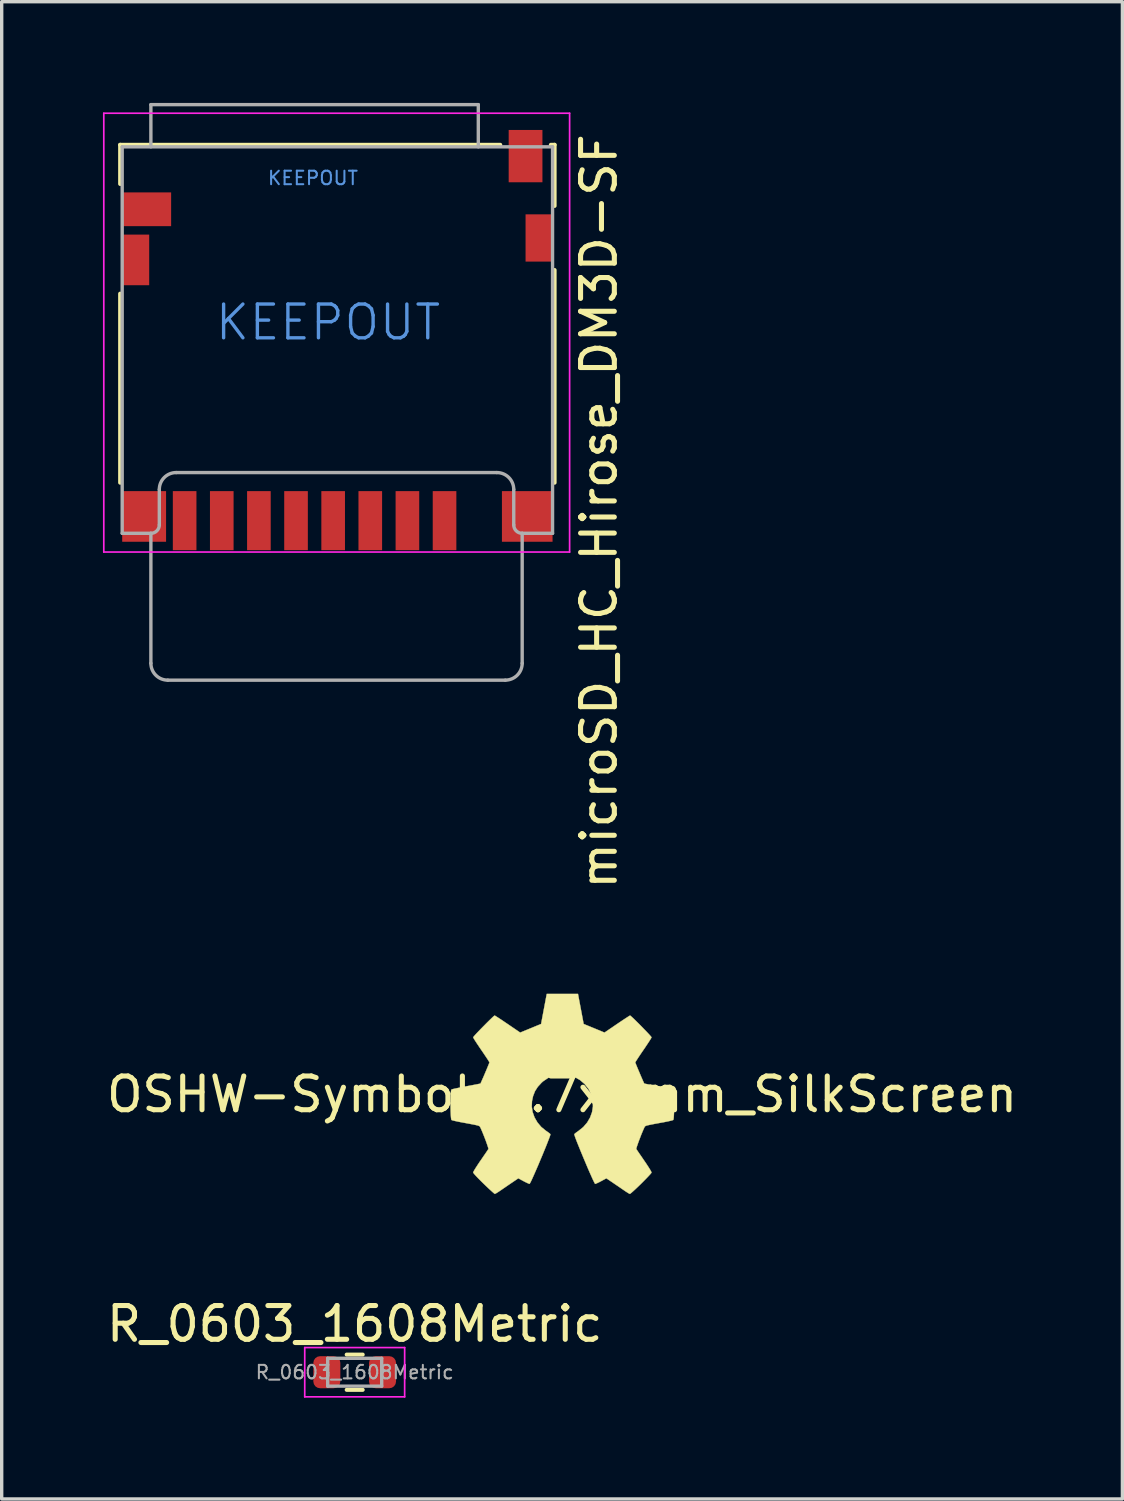
<source format=kicad_pcb>
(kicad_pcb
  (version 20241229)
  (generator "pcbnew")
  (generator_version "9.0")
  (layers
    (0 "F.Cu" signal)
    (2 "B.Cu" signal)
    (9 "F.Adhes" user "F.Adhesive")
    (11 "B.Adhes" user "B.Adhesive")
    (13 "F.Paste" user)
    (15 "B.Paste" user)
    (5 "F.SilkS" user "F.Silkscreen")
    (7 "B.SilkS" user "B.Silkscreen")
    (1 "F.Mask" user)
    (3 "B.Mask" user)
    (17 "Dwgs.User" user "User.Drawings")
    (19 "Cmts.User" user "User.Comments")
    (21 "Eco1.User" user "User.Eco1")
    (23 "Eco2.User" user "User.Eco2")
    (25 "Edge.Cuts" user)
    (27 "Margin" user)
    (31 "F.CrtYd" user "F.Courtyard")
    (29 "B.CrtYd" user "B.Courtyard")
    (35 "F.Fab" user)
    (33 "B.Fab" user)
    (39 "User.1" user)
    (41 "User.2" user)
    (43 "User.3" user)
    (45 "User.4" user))
  (footprint "OSHW-Symbol_6.7x6mm_SilkScreen"
    (layer "F.Cu")
    (at 13.601 29.372)
    (property "Reference" "OSHW-Symbol_6.7x6mm_SilkScreen" (at 0 0 0) (layer "F.SilkS") (effects (font (size 1 1) (thickness 0.15))))
    (attr board_only exclude_from_pos_files exclude_from_bom)
    (fp_poly (pts (xy 0.556 -2.531) (xy 0.64 -2.086) (xy 0.949 -1.959) (xy 1.258 -1.831) (xy 1.629 -2.084) (xy 1.733 -2.154) (xy 1.827 -2.217) (xy 1.907 -2.269) (xy 1.967 -2.308) (xy 2.005 -2.331) (xy 2.015 -2.336) (xy 2.034 -2.323) (xy 2.073 -2.288) (xy 2.13 -2.235) (xy 2.198 -2.168) (xy 2.274 -2.093) (xy 2.353 -2.013) (xy 2.431 -1.932) (xy 2.504 -1.857) (xy 2.567 -1.79) (xy 2.615 -1.737) (xy 2.644 -1.702) (xy 2.651 -1.69) (xy 2.641 -1.669) (xy 2.613 -1.621) (xy 2.569 -1.553) (xy 2.513 -1.468) (xy 2.448 -1.371) (xy 2.41 -1.316) (xy 2.341 -1.215) (xy 2.28 -1.124) (xy 2.23 -1.047) (xy 2.193 -0.989) (xy 2.172 -0.955) (xy 2.169 -0.948) (xy 2.176 -0.927) (xy 2.195 -0.879) (xy 2.223 -0.811) (xy 2.257 -0.729) (xy 2.295 -0.64) (xy 2.333 -0.55) (xy 2.369 -0.467) (xy 2.4 -0.396) (xy 2.423 -0.346) (xy 2.435 -0.322) (xy 2.436 -0.321) (xy 2.455 -0.316) (xy 2.505 -0.306) (xy 2.581 -0.291) (xy 2.678 -0.272) (xy 2.791 -0.251) (xy 2.856 -0.239) (xy 2.977 -0.216) (xy 3.086 -0.194) (xy 3.177 -0.174) (xy 3.246 -0.158) (xy 3.287 -0.147) (xy 3.296 -0.143) (xy 3.304 -0.119) (xy 3.31 -0.064) (xy 3.315 0.015) (xy 3.318 0.112) (xy 3.32 0.22) (xy 3.321 0.333) (xy 3.319 0.445) (xy 3.317 0.549) (xy 3.312 0.638) (xy 3.307 0.707) (xy 3.299 0.748) (xy 3.295 0.757) (xy 3.269 0.767) (xy 3.213 0.782) (xy 3.136 0.799) (xy 3.044 0.818) (xy 3.012 0.824) (xy 2.858 0.852) (xy 2.735 0.875) (xy 2.642 0.893) (xy 2.572 0.908) (xy 2.523 0.919) (xy 2.491 0.929) (xy 2.471 0.938) (xy 2.459 0.947) (xy 2.457 0.948) (xy 2.44 0.976) (xy 2.415 1.031) (xy 2.383 1.105) (xy 2.347 1.192) (xy 2.311 1.286) (xy 2.275 1.379) (xy 2.244 1.466) (xy 2.219 1.539) (xy 2.203 1.592) (xy 2.199 1.618) (xy 2.2 1.619) (xy 2.214 1.64) (xy 2.245 1.687) (xy 2.291 1.755) (xy 2.349 1.838) (xy 2.413 1.933) (xy 2.432 1.96) (xy 2.498 2.057) (xy 2.556 2.146) (xy 2.603 2.221) (xy 2.635 2.278) (xy 2.651 2.311) (xy 2.651 2.315) (xy 2.638 2.336) (xy 2.603 2.377) (xy 2.549 2.435) (xy 2.482 2.505) (xy 2.406 2.582) (xy 2.326 2.662) (xy 2.245 2.74) (xy 2.17 2.811) (xy 2.103 2.872) (xy 2.051 2.918) (xy 2.017 2.944) (xy 2.008 2.948) (xy 1.986 2.938) (xy 1.941 2.911) (xy 1.88 2.872) (xy 1.834 2.84) (xy 1.749 2.782) (xy 1.65 2.714) (xy 1.549 2.646) (xy 1.496 2.609) (xy 1.313 2.486) (xy 1.16 2.569) (xy 1.091 2.605) (xy 1.031 2.633) (xy 0.991 2.649) (xy 0.981 2.651) (xy 0.969 2.635) (xy 0.945 2.588) (xy 0.91 2.516) (xy 0.868 2.422) (xy 0.818 2.31) (xy 0.764 2.186) (xy 0.708 2.053) (xy 0.65 1.916) (xy 0.593 1.779) (xy 0.538 1.646) (xy 0.488 1.522) (xy 0.443 1.411) (xy 0.407 1.317) (xy 0.381 1.244) (xy 0.366 1.197) (xy 0.363 1.181) (xy 0.382 1.16) (xy 0.424 1.127) (xy 0.48 1.088) (xy 0.484 1.085) (xy 0.628 0.969) (xy 0.744 0.835) (xy 0.831 0.686) (xy 0.889 0.526) (xy 0.915 0.36) (xy 0.91 0.192) (xy 0.871 0.026) (xy 0.799 -0.134) (xy 0.778 -0.169) (xy 0.667 -0.309) (xy 0.536 -0.422) (xy 0.39 -0.507) (xy 0.233 -0.563) (xy 0.069 -0.589) (xy -0.097 -0.585) (xy -0.26 -0.551) (xy -0.416 -0.485) (xy -0.56 -0.388) (xy -0.605 -0.348) (xy -0.719 -0.224) (xy -0.802 -0.094) (xy -0.859 0.052) (xy -0.89 0.197) (xy -0.898 0.36) (xy -0.872 0.523) (xy -0.815 0.682) (xy -0.729 0.831) (xy -0.617 0.964) (xy -0.482 1.075) (xy -0.464 1.087) (xy -0.408 1.126) (xy -0.365 1.159) (xy -0.345 1.18) (xy -0.344 1.181) (xy -0.349 1.204) (xy -0.366 1.256) (xy -0.395 1.333) (xy -0.433 1.431) (xy -0.478 1.545) (xy -0.53 1.672) (xy -0.585 1.806) (xy -0.643 1.943) (xy -0.7 2.08) (xy -0.757 2.211) (xy -0.81 2.333) (xy -0.858 2.441) (xy -0.899 2.532) (xy -0.932 2.599) (xy -0.954 2.64) (xy -0.963 2.651) (xy -0.99 2.643) (xy -1.04 2.62) (xy -1.106 2.588) (xy -1.142 2.569) (xy -1.295 2.486) (xy -1.477 2.609) (xy -1.57 2.672) (xy -1.672 2.742) (xy -1.767 2.807) (xy -1.815 2.84) (xy -1.882 2.885) (xy -1.939 2.921) (xy -1.979 2.943) (xy -1.991 2.948) (xy -2.01 2.935) (xy -2.051 2.9) (xy -2.11 2.847) (xy -2.185 2.778) (xy -2.269 2.698) (xy -2.323 2.646) (xy -2.416 2.554) (xy -2.497 2.472) (xy -2.562 2.403) (xy -2.608 2.351) (xy -2.631 2.319) (xy -2.633 2.312) (xy -2.623 2.287) (xy -2.594 2.237) (xy -2.551 2.167) (xy -2.496 2.082) (xy -2.432 1.986) (xy -2.413 1.96) (xy -2.347 1.863) (xy -2.287 1.776) (xy -2.238 1.704) (xy -2.202 1.65) (xy -2.183 1.622) (xy -2.181 1.619) (xy -2.184 1.596) (xy -2.199 1.545) (xy -2.223 1.474) (xy -2.253 1.389) (xy -2.288 1.296) (xy -2.325 1.202) (xy -2.361 1.113) (xy -2.393 1.038) (xy -2.419 0.981) (xy -2.437 0.95) (xy -2.438 0.948) (xy -2.449 0.94) (xy -2.468 0.931) (xy -2.498 0.921) (xy -2.543 0.91) (xy -2.608 0.896) (xy -2.697 0.879) (xy -2.813 0.857) (xy -2.962 0.83) (xy -2.994 0.824) (xy -3.089 0.805) (xy -3.172 0.787) (xy -3.235 0.772) (xy -3.271 0.76) (xy -3.276 0.757) (xy -3.284 0.732) (xy -3.291 0.677) (xy -3.296 0.597) (xy -3.3 0.5) (xy -3.302 0.392) (xy -3.302 0.279) (xy -3.301 0.167) (xy -3.298 0.064) (xy -3.294 -0.026) (xy -3.289 -0.094) (xy -3.281 -0.135) (xy -3.277 -0.143) (xy -3.253 -0.152) (xy -3.197 -0.166) (xy -3.117 -0.183) (xy -3.016 -0.204) (xy -2.901 -0.227) (xy -2.838 -0.239) (xy -2.719 -0.261) (xy -2.613 -0.281) (xy -2.524 -0.298) (xy -2.46 -0.311) (xy -2.423 -0.319) (xy -2.417 -0.321) (xy -2.407 -0.34) (xy -2.386 -0.387) (xy -2.356 -0.455) (xy -2.32 -0.537) (xy -2.282 -0.626) (xy -2.244 -0.716) (xy -2.209 -0.8) (xy -2.18 -0.871) (xy -2.16 -0.922) (xy -2.151 -0.948) (xy -2.151 -0.949) (xy -2.161 -0.968) (xy -2.189 -1.014) (xy -2.233 -1.081) (xy -2.289 -1.165) (xy -2.354 -1.261) (xy -2.392 -1.316) (xy -2.461 -1.418) (xy -2.522 -1.509) (xy -2.573 -1.587) (xy -2.61 -1.647) (xy -2.63 -1.683) (xy -2.633 -1.691) (xy -2.62 -1.709) (xy -2.585 -1.75) (xy -2.533 -1.807) (xy -2.467 -1.876) (xy -2.393 -1.953) (xy -2.314 -2.033) (xy -2.235 -2.113) (xy -2.16 -2.187) (xy -2.095 -2.25) (xy -2.043 -2.299) (xy -2.008 -2.329) (xy -1.996 -2.336) (xy -1.978 -2.326) (xy -1.933 -2.298) (xy -1.866 -2.255) (xy -1.781 -2.199) (xy -1.684 -2.133) (xy -1.611 -2.084) (xy -1.24 -1.831) (xy -0.621 -2.086) (xy -0.537 -2.531) (xy -0.453 -2.976) (xy 0.472 -2.976) (xy 0.556 -2.531)) (stroke (width 0.01) (type solid)) (fill yes) (layer "F.SilkS")))
  (footprint "microSD_HC_Hirose_DM3D-SF"
    (layer "F.Cu")
    (at 6.945 7.025)
    (property "Reference" "microSD_HC_Hirose_DM3D-SF" (at 7.75 5.075 90) (layer "F.SilkS") (effects (font (size 1 1) (thickness 0.15))))
    (attr smd)
    (fp_line (start -6.435 -5.785) (end 4.825 -5.785) (stroke (width 0.12) (type solid)) (layer "F.SilkS"))
    (fp_line (start -6.435 -4.625) (end -6.435 -5.785) (stroke (width 0.12) (type solid)) (layer "F.SilkS"))
    (fp_line (start -6.435 -1.375) (end -6.435 4.225) (stroke (width 0.12) (type solid)) (layer "F.SilkS"))
    (fp_line (start 6.325 -5.785) (end 6.435 -5.785) (stroke (width 0.12) (type solid)) (layer "F.SilkS"))
    (fp_line (start 6.435 -5.785) (end 6.435 -3.975) (stroke (width 0.12) (type solid)) (layer "F.SilkS"))
    (fp_line (start 6.435 -2.075) (end 6.435 4.225) (stroke (width 0.12) (type solid)) (layer "F.SilkS"))
    (fp_line (start -6.92 -6.72) (end 6.88 -6.72) (stroke (width 0.05) (type solid)) (layer "F.CrtYd"))
    (fp_line (start -6.92 6.28) (end -6.92 -6.72) (stroke (width 0.05) (type solid)) (layer "F.CrtYd"))
    (fp_line (start 6.88 -6.72) (end 6.88 6.28) (stroke (width 0.05) (type solid)) (layer "F.CrtYd"))
    (fp_line (start 6.88 6.28) (end -6.92 6.28) (stroke (width 0.05) (type solid)) (layer "F.CrtYd"))
    (fp_line (start -6.375 -5.725) (end 6.375 -5.725) (stroke (width 0.1) (type solid)) (layer "F.Fab"))
    (fp_line (start -6.375 5.725) (end -6.375 -5.725) (stroke (width 0.1) (type solid)) (layer "F.Fab"))
    (fp_line (start -6.375 5.725) (end -5.525 5.725) (stroke (width 0.1) (type solid)) (layer "F.Fab"))
    (fp_line (start -5.525 -6.975) (end 4.175 -6.975) (stroke (width 0.1) (type solid)) (layer "F.Fab"))
    (fp_line (start -5.525 -5.725) (end -5.525 -6.975) (stroke (width 0.1) (type solid)) (layer "F.Fab"))
    (fp_line (start -5.525 5.725) (end -5.525 9.575) (stroke (width 0.1) (type solid)) (layer "F.Fab"))
    (fp_line (start -5.275 5.475) (end -5.275 4.425) (stroke (width 0.1) (type solid)) (layer "F.Fab"))
    (fp_line (start -5.025 10.075) (end 4.975 10.075) (stroke (width 0.1) (type solid)) (layer "F.Fab"))
    (fp_line (start -4.775 3.925) (end 4.725 3.925) (stroke (width 0.1) (type solid)) (layer "F.Fab"))
    (fp_line (start 4.175 -5.725) (end 4.175 -6.975) (stroke (width 0.1) (type solid)) (layer "F.Fab"))
    (fp_line (start 5.225 5.475) (end 5.225 4.425) (stroke (width 0.1) (type solid)) (layer "F.Fab"))
    (fp_line (start 5.475 5.725) (end 6.375 5.725) (stroke (width 0.1) (type solid)) (layer "F.Fab"))
    (fp_line (start 5.475 9.575) (end 5.475 5.725) (stroke (width 0.1) (type solid)) (layer "F.Fab"))
    (fp_line (start 6.375 5.725) (end 6.375 -5.725) (stroke (width 0.1) (type solid)) (layer "F.Fab"))
    (fp_arc (start -5.275 4.425) (mid -5.128553 4.071447) (end -4.775 3.925) (stroke (width 0.1) (type solid)) (layer "F.Fab"))
    (fp_arc (start -5.275 5.475) (mid -5.348223 5.651777) (end -5.525 5.725) (stroke (width 0.1) (type solid)) (layer "F.Fab"))
    (fp_arc (start -5.025 10.075) (mid -5.378553 9.928553) (end -5.525 9.575) (stroke (width 0.1) (type solid)) (layer "F.Fab"))
    (fp_arc (start 4.725 3.925) (mid 5.078553 4.071447) (end 5.225 4.425) (stroke (width 0.1) (type solid)) (layer "F.Fab"))
    (fp_arc (start 5.475 5.725) (mid 5.298223 5.651777) (end 5.225 5.475) (stroke (width 0.1) (type solid)) (layer "F.Fab"))
    (fp_arc (start 5.475 9.575) (mid 5.328553 9.928553) (end 4.975 10.075) (stroke (width 0.1) (type solid)) (layer "F.Fab"))
    (fp_text user "KEEPOUT" (at -0.725 -4.8 180) (layer "Cmts.User") (effects (font (size 0.4 0.4) (thickness 0.06))))
    (fp_text user "KEEPOUT" (at -0.275 -0.525 180) (layer "Cmts.User") (effects (font (size 1 1) (thickness 0.1))))
    (pad "1" smd rect (at 3.175 5.35) (size 0.7 1.75) (layers "F.Cu" "F.Mask" "F.Paste"))
    (pad "2" smd rect (at 2.075 5.35) (size 0.7 1.75) (layers "F.Cu" "F.Mask" "F.Paste"))
    (pad "3" smd rect (at 0.975 5.35) (size 0.7 1.75) (layers "F.Cu" "F.Mask" "F.Paste"))
    (pad "4" smd rect (at -0.125 5.35) (size 0.7 1.75) (layers "F.Cu" "F.Mask" "F.Paste"))
    (pad "5" smd rect (at -1.225 5.35) (size 0.7 1.75) (layers "F.Cu" "F.Mask" "F.Paste"))
    (pad "6" smd rect (at -2.325 5.35) (size 0.7 1.75) (layers "F.Cu" "F.Mask" "F.Paste"))
    (pad "7" smd rect (at -3.425 5.35) (size 0.7 1.75) (layers "F.Cu" "F.Mask" "F.Paste"))
    (pad "8" smd rect (at -4.525 5.35) (size 0.7 1.75) (layers "F.Cu" "F.Mask" "F.Paste"))
    (pad "9" smd rect (at -5.65 -3.875) (size 1.45 1) (layers "F.Cu" "F.Mask" "F.Paste"))
    (pad "10" smd rect (at 5.575 -5.45) (size 1 1.55) (layers "F.Cu" "F.Mask" "F.Paste"))
    (pad "11" smd rect (at -5.975 -2.375) (size 0.8 1.5) (layers "F.Cu" "F.Mask" "F.Paste"))
    (pad "11" smd rect (at -5.725 5.225) (size 1.3 1.5) (layers "F.Cu" "F.Mask" "F.Paste"))
    (pad "11" smd rect (at 5.625 5.225) (size 1.5 1.5) (layers "F.Cu" "F.Mask" "F.Paste"))
    (pad "11" smd rect (at 5.975 -3.025) (size 0.8 1.4) (layers "F.Cu" "F.Mask" "F.Paste"))
    (zone (net_name "") (layer "F.Cu") (hatch full 0.508) (connect_pads) (min_thickness 0.254) (filled_areas_thickness no) (keepout (tracks not_allowed) (vias not_allowed) (pads not_allowed) (copperpour not_allowed) (footprints not_allowed)) (placement (enabled no)) (fill) (polygon (pts (xy 2.02 5.5) (xy 10.52 5.5) (xy 10.52 7.5) (xy 2.02 7.5))))
    (zone (net_name "") (layer "F.Cu") (hatch full 0.508) (connect_pads) (min_thickness 0.254) (filled_areas_thickness no) (keepout (tracks not_allowed) (vias not_allowed) (pads not_allowed) (copperpour not_allowed) (footprints not_allowed)) (placement (enabled no)) (fill) (polygon (pts (xy 4.97 3.15) (xy 7.47 3.15) (xy 7.47 1.3) (xy 4.97 1.3)))))
  (footprint "R_0603_1608Metric"
    (layer "F.Cu")
    (at 7.458 37.603)
    (property "Reference" "R_0603_1608Metric" (at 0 -1.43 0) (layer "F.SilkS") (effects (font (size 1 1) (thickness 0.15))))
    (attr smd)
    (fp_line (start -0.237 -0.522) (end 0.237 -0.522) (stroke (width 0.12) (type solid)) (layer "F.SilkS"))
    (fp_line (start -0.237 0.522) (end 0.237 0.522) (stroke (width 0.12) (type solid)) (layer "F.SilkS"))
    (fp_line (start -1.48 -0.73) (end 1.48 -0.73) (stroke (width 0.05) (type solid)) (layer "F.CrtYd"))
    (fp_line (start -1.48 0.73) (end -1.48 -0.73) (stroke (width 0.05) (type solid)) (layer "F.CrtYd"))
    (fp_line (start 1.48 -0.73) (end 1.48 0.73) (stroke (width 0.05) (type solid)) (layer "F.CrtYd"))
    (fp_line (start 1.48 0.73) (end -1.48 0.73) (stroke (width 0.05) (type solid)) (layer "F.CrtYd"))
    (fp_line (start -0.8 -0.412) (end 0.8 -0.412) (stroke (width 0.1) (type solid)) (layer "F.Fab"))
    (fp_line (start -0.8 0.412) (end -0.8 -0.412) (stroke (width 0.1) (type solid)) (layer "F.Fab"))
    (fp_line (start 0.8 -0.412) (end 0.8 0.412) (stroke (width 0.1) (type solid)) (layer "F.Fab"))
    (fp_line (start 0.8 0.412) (end -0.8 0.412) (stroke (width 0.1) (type solid)) (layer "F.Fab"))
    (fp_text user "${REFERENCE}" (at 0 0 0) (layer "F.Fab") (effects (font (size 0.4 0.4) (thickness 0.06))))
    (pad "1" smd roundrect (at -0.825 0) (size 0.8 0.95) (layers "F.Cu" "F.Mask" "F.Paste") (roundrect_rratio 0.25))
    (pad "2" smd roundrect (at 0.825 0) (size 0.8 0.95) (layers "F.Cu" "F.Mask" "F.Paste") (roundrect_rratio 0.25)))
  (gr_rect
    (start -3 -3)
    (end 30.202 41.358)
    (stroke (width 0.1) (type default))
    (fill no)
    (layer "Edge.Cuts")))
</source>
